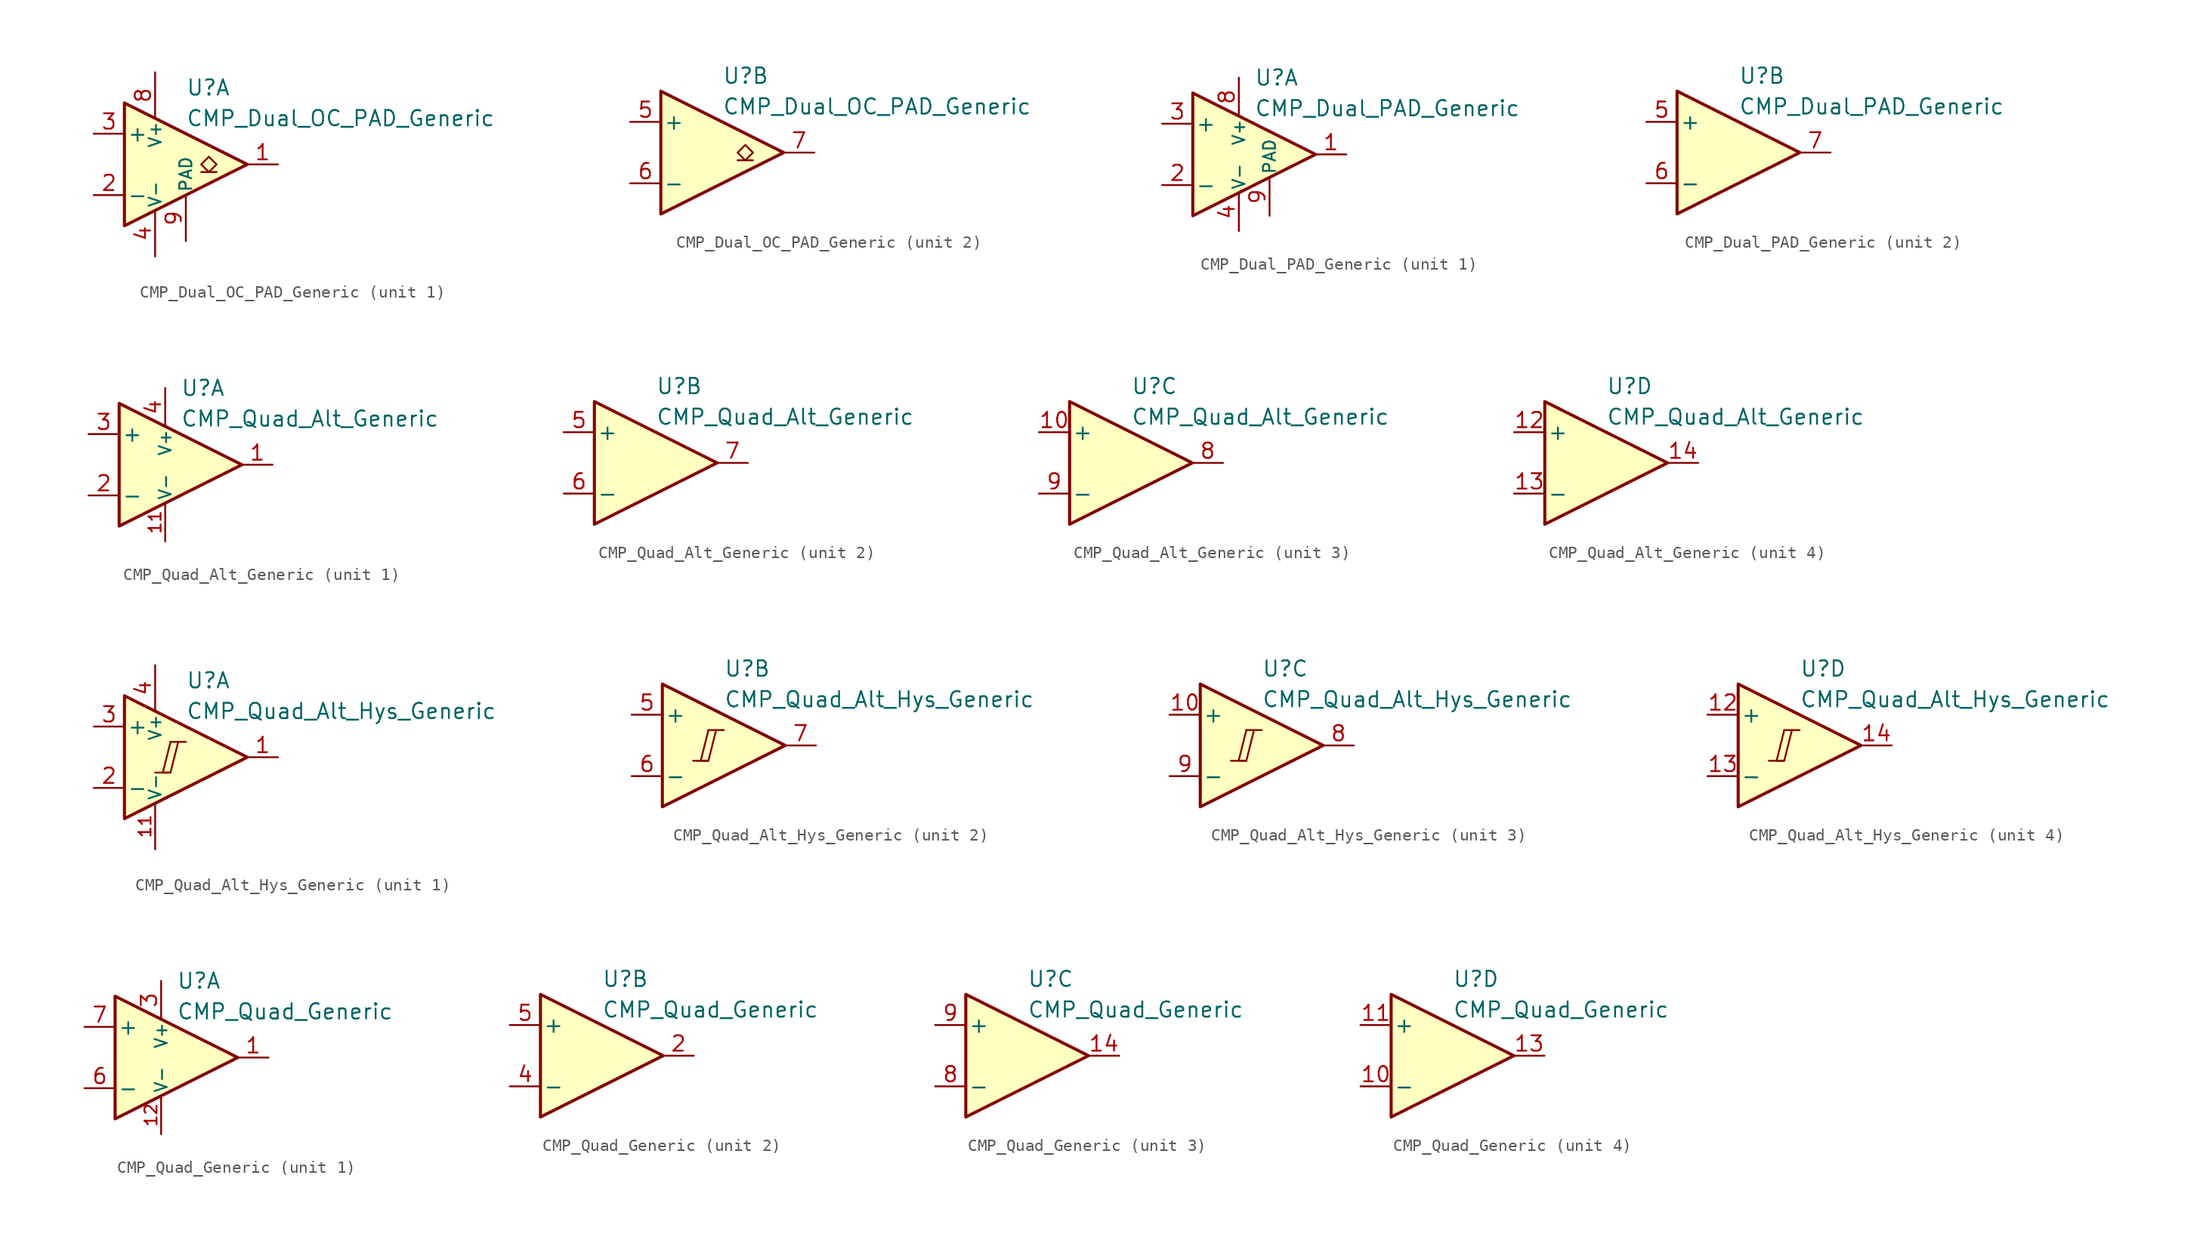
<source format=kicad_sym>
(kicad_symbol_lib
  (version 20231120)
  (generator "kicad_symbol_editor")
  (generator_version "8.0")
  (symbol "CMP_Dual_OC_PAD_Generic"
    (pin_names
      (offset 0.2))
    (property "Reference" "U"
      (at 1.27 6.35 0)
      (effects (font (size 1.27 1.27)) (justify left)))
    (property "Value" "CMP_Dual_OC_PAD_Generic"
      (at 1.27 3.81 0)
      (effects (font (size 1.27 1.27)) (justify left)))
    (property "ki_locked" ""
      (at 0 0 0)
      (effects (font (size 1.27 1.27))))
    (symbol "CMP_Dual_OC_PAD_Generic_0_1"
      (polyline (pts (xy -3.81 5.08) (xy -3.81 -5.08) (xy 6.35 0) (xy -3.81 5.08)) (stroke (width 0.254) (type default)) (fill (type background))))
    (symbol "CMP_Dual_OC_PAD_Generic_1_1"
      (polyline (pts (xy 3.81 -0.635) (xy 2.54 -0.635)) (stroke (width 0.152) (type default)) (fill (type none)))
      (polyline (pts (xy 3.175 -0.635) (xy 2.54 0) (xy 3.175 0.635) (xy 3.81 0) (xy 3.175 -0.635)) (stroke (width 0.152) (type default)) (fill (type none)))
      (pin open_collector line (at 8.89 0 180) (length 2.54) (name "~" (effects (font (size 1.27 1.27)))) (number "1" (effects (font (size 1.27 1.27)))))
      (pin input line (at -6.35 -2.54 0) (length 2.54) (name "-" (effects (font (size 1.27 1.27)))) (number "2" (effects (font (size 1.27 1.27)))))
      (pin input line (at -6.35 2.54 0) (length 2.54) (name "+" (effects (font (size 1.27 1.27)))) (number "3" (effects (font (size 1.27 1.27)))))
      (pin power_in line (at -1.27 -7.62 90) (length 3.81) (name "V-" (effects (font (size 1 1)))) (number "4" (effects (font (size 1.27 1.27)))))
      (pin power_in line (at -1.27 7.62 270) (length 3.81) (name "V+" (effects (font (size 1 1)))) (number "8" (effects (font (size 1.27 1.27)))))
      (pin power_in line (at 1.27 -6.35 90) (length 3.81) (name "PAD" (effects (font (size 1 1)))) (number "9" (effects (font (size 1.27 1.27))))))
    (symbol "CMP_Dual_OC_PAD_Generic_2_1"
      (polyline (pts (xy 3.81 -0.635) (xy 2.54 -0.635)) (stroke (width 0.152) (type default)) (fill (type none)))
      (polyline (pts (xy 3.175 -0.635) (xy 2.54 0) (xy 3.175 0.635) (xy 3.81 0) (xy 3.175 -0.635)) (stroke (width 0.152) (type default)) (fill (type none)))
      (pin input line (at -6.35 2.54 0) (length 2.54) (name "+" (effects (font (size 1.27 1.27)))) (number "5" (effects (font (size 1.27 1.27)))))
      (pin input line (at -6.35 -2.54 0) (length 2.54) (name "-" (effects (font (size 1.27 1.27)))) (number "6" (effects (font (size 1.27 1.27)))))
      (pin open_collector line (at 8.89 0 180) (length 2.54) (name "~" (effects (font (size 1.27 1.27)))) (number "7" (effects (font (size 1.27 1.27)))))))
  (symbol "CMP_Dual_PAD_Generic"
    (pin_names
      (offset 0.2))
    (property "Reference" "U"
      (at 1.27 6.35 0)
      (effects (font (size 1.27 1.27)) (justify left)))
    (property "Value" "CMP_Dual_PAD_Generic"
      (at 1.27 3.81 0)
      (effects (font (size 1.27 1.27)) (justify left)))
    (property "ki_locked" ""
      (at 0 0 0)
      (effects (font (size 1.27 1.27))))
    (symbol "CMP_Dual_PAD_Generic_0_1"
      (polyline (pts (xy -3.81 5.08) (xy -3.81 -5.08) (xy 6.35 0) (xy -3.81 5.08)) (stroke (width 0.254) (type default)) (fill (type background))))
    (symbol "CMP_Dual_PAD_Generic_1_1"
      (pin output line (at 8.89 0 180) (length 2.54) (name "~" (effects (font (size 1.27 1.27)))) (number "1" (effects (font (size 1.27 1.27)))))
      (pin input line (at -6.35 -2.54 0) (length 2.54) (name "-" (effects (font (size 1.27 1.27)))) (number "2" (effects (font (size 1.27 1.27)))))
      (pin input line (at -6.35 2.54 0) (length 2.54) (name "+" (effects (font (size 1.27 1.27)))) (number "3" (effects (font (size 1.27 1.27)))))
      (pin power_in line (at 0 -6.35 90) (length 3.18) (name "V-" (effects (font (size 1 1)))) (number "4" (effects (font (size 1.27 1.27)))))
      (pin power_in line (at 0 6.35 270) (length 3.18) (name "V+" (effects (font (size 1 1)))) (number "8" (effects (font (size 1.27 1.27)))))
      (pin power_in line (at 2.54 -5.08 90) (length 3.18) (name "PAD" (effects (font (size 1 1)))) (number "9" (effects (font (size 1.27 1.27))))))
    (symbol "CMP_Dual_PAD_Generic_2_1"
      (pin input line (at -6.35 2.54 0) (length 2.54) (name "+" (effects (font (size 1.27 1.27)))) (number "5" (effects (font (size 1.27 1.27)))))
      (pin input line (at -6.35 -2.54 0) (length 2.54) (name "-" (effects (font (size 1.27 1.27)))) (number "6" (effects (font (size 1.27 1.27)))))
      (pin output line (at 8.89 0 180) (length 2.54) (name "~" (effects (font (size 1.27 1.27)))) (number "7" (effects (font (size 1.27 1.27)))))))
  (symbol "CMP_Quad_Alt_Generic"
    (pin_names
      (offset 0.2))
    (property "Reference" "U"
      (at 1.27 6.35 0)
      (effects (font (size 1.27 1.27)) (justify left)))
    (property "Value" "CMP_Quad_Alt_Generic"
      (at 1.27 3.81 0)
      (effects (font (size 1.27 1.27)) (justify left)))
    (property "ki_locked" ""
      (at 0 0 0)
      (effects (font (size 1.27 1.27))))
    (symbol "CMP_Quad_Alt_Generic_0_1"
      (polyline (pts (xy -3.81 5.08) (xy -3.81 -5.08) (xy 6.35 0) (xy -3.81 5.08)) (stroke (width 0.254) (type default)) (fill (type background))))
    (symbol "CMP_Quad_Alt_Generic_1_1"
      (pin output line (at 8.89 0 180) (length 2.54) (name "~" (effects (font (size 1.27 1.27)))) (number "1" (effects (font (size 1.27 1.27)))))
      (pin power_in line (at 0 -6.35 90) (length 3.18) (name "V-" (effects (font (size 1 1)))) (number "11" (effects (font (size 1 1)))))
      (pin input line (at -6.35 -2.54 0) (length 2.54) (name "-" (effects (font (size 1.27 1.27)))) (number "2" (effects (font (size 1.27 1.27)))))
      (pin input line (at -6.35 2.54 0) (length 2.54) (name "+" (effects (font (size 1.27 1.27)))) (number "3" (effects (font (size 1.27 1.27)))))
      (pin power_in line (at 0 6.35 270) (length 3.18) (name "V+" (effects (font (size 1 1)))) (number "4" (effects (font (size 1.27 1.27))))))
    (symbol "CMP_Quad_Alt_Generic_2_1"
      (pin input line (at -6.35 2.54 0) (length 2.54) (name "+" (effects (font (size 1.27 1.27)))) (number "5" (effects (font (size 1.27 1.27)))))
      (pin input line (at -6.35 -2.54 0) (length 2.54) (name "-" (effects (font (size 1.27 1.27)))) (number "6" (effects (font (size 1.27 1.27)))))
      (pin output line (at 8.89 0 180) (length 2.54) (name "~" (effects (font (size 1.27 1.27)))) (number "7" (effects (font (size 1.27 1.27))))))
    (symbol "CMP_Quad_Alt_Generic_3_1"
      (pin input line (at -6.35 2.54 0) (length 2.54) (name "+" (effects (font (size 1.27 1.27)))) (number "10" (effects (font (size 1.27 1.27)))))
      (pin output line (at 8.89 0 180) (length 2.54) (name "~" (effects (font (size 1.27 1.27)))) (number "8" (effects (font (size 1.27 1.27)))))
      (pin input line (at -6.35 -2.54 0) (length 2.54) (name "-" (effects (font (size 1.27 1.27)))) (number "9" (effects (font (size 1.27 1.27))))))
    (symbol "CMP_Quad_Alt_Generic_4_1"
      (pin input line (at -6.35 2.54 0) (length 2.54) (name "+" (effects (font (size 1.27 1.27)))) (number "12" (effects (font (size 1.27 1.27)))))
      (pin input line (at -6.35 -2.54 0) (length 2.54) (name "-" (effects (font (size 1.27 1.27)))) (number "13" (effects (font (size 1.27 1.27)))))
      (pin output line (at 8.89 0 180) (length 2.54) (name "~" (effects (font (size 1.27 1.27)))) (number "14" (effects (font (size 1.27 1.27)))))))
  (symbol "CMP_Quad_Alt_Hys_Generic"
    (pin_names
      (offset 0.2))
    (property "Reference" "U"
      (at 1.27 6.35 0)
      (effects (font (size 1.27 1.27)) (justify left)))
    (property "Value" "CMP_Quad_Alt_Hys_Generic"
      (at 1.27 3.81 0)
      (effects (font (size 1.27 1.27)) (justify left)))
    (property "ki_locked" ""
      (at 0 0 0)
      (effects (font (size 1.27 1.27))))
    (symbol "CMP_Quad_Alt_Hys_Generic_0_0"
      (polyline (pts (xy -1.27 -1.27) (xy 0 -1.27)) (stroke (width 0.152) (type default)) (fill (type none)))
      (polyline (pts (xy 0 1.27) (xy 1.27 1.27)) (stroke (width 0.152) (type default)) (fill (type none)))
      (polyline (pts (xy 0 1.27) (xy -0.635 -1.27) (xy 0 -1.27) (xy 0.635 1.27)) (stroke (width 0.152) (type default)) (fill (type none))))
    (symbol "CMP_Quad_Alt_Hys_Generic_0_1"
      (polyline (pts (xy -3.81 5.08) (xy -3.81 -5.08) (xy 6.35 0) (xy -3.81 5.08)) (stroke (width 0.254) (type default)) (fill (type background))))
    (symbol "CMP_Quad_Alt_Hys_Generic_1_1"
      (pin output line (at 8.89 0 180) (length 2.54) (name "~" (effects (font (size 1.27 1.27)))) (number "1" (effects (font (size 1.27 1.27)))))
      (pin power_in line (at -1.27 -7.62 90) (length 3.81) (name "V-" (effects (font (size 1 1)))) (number "11" (effects (font (size 1 1)))))
      (pin input line (at -6.35 -2.54 0) (length 2.54) (name "-" (effects (font (size 1.27 1.27)))) (number "2" (effects (font (size 1.27 1.27)))))
      (pin input line (at -6.35 2.54 0) (length 2.54) (name "+" (effects (font (size 1.27 1.27)))) (number "3" (effects (font (size 1.27 1.27)))))
      (pin power_in line (at -1.27 7.62 270) (length 3.81) (name "V+" (effects (font (size 1 1)))) (number "4" (effects (font (size 1.27 1.27))))))
    (symbol "CMP_Quad_Alt_Hys_Generic_2_1"
      (pin input line (at -6.35 2.54 0) (length 2.54) (name "+" (effects (font (size 1.27 1.27)))) (number "5" (effects (font (size 1.27 1.27)))))
      (pin input line (at -6.35 -2.54 0) (length 2.54) (name "-" (effects (font (size 1.27 1.27)))) (number "6" (effects (font (size 1.27 1.27)))))
      (pin output line (at 8.89 0 180) (length 2.54) (name "~" (effects (font (size 1.27 1.27)))) (number "7" (effects (font (size 1.27 1.27))))))
    (symbol "CMP_Quad_Alt_Hys_Generic_3_1"
      (pin input line (at -6.35 2.54 0) (length 2.54) (name "+" (effects (font (size 1.27 1.27)))) (number "10" (effects (font (size 1.27 1.27)))))
      (pin output line (at 8.89 0 180) (length 2.54) (name "~" (effects (font (size 1.27 1.27)))) (number "8" (effects (font (size 1.27 1.27)))))
      (pin input line (at -6.35 -2.54 0) (length 2.54) (name "-" (effects (font (size 1.27 1.27)))) (number "9" (effects (font (size 1.27 1.27))))))
    (symbol "CMP_Quad_Alt_Hys_Generic_4_1"
      (pin input line (at -6.35 2.54 0) (length 2.54) (name "+" (effects (font (size 1.27 1.27)))) (number "12" (effects (font (size 1.27 1.27)))))
      (pin input line (at -6.35 -2.54 0) (length 2.54) (name "-" (effects (font (size 1.27 1.27)))) (number "13" (effects (font (size 1.27 1.27)))))
      (pin output line (at 8.89 0 180) (length 2.54) (name "~" (effects (font (size 1.27 1.27)))) (number "14" (effects (font (size 1.27 1.27)))))))
  (symbol "CMP_Quad_Generic"
    (pin_names
      (offset 0.2))
    (property "Reference" "U"
      (at 1.27 6.35 0)
      (effects (font (size 1.27 1.27)) (justify left)))
    (property "Value" "CMP_Quad_Generic"
      (at 1.27 3.81 0)
      (effects (font (size 1.27 1.27)) (justify left)))
    (property "ki_locked" ""
      (at 0 0 0)
      (effects (font (size 1.27 1.27))))
    (symbol "CMP_Quad_Generic_0_1"
      (polyline (pts (xy -3.81 5.08) (xy -3.81 -5.08) (xy 6.35 0) (xy -3.81 5.08)) (stroke (width 0.254) (type default)) (fill (type background))))
    (symbol "CMP_Quad_Generic_1_1"
      (pin output line (at 8.89 0 180) (length 2.54) (name "~" (effects (font (size 1.27 1.27)))) (number "1" (effects (font (size 1.27 1.27)))))
      (pin power_in line (at 0 -6.35 90) (length 3.18) (name "V-" (effects (font (size 1 1)))) (number "12" (effects (font (size 1 1)))))
      (pin power_in line (at 0 6.35 270) (length 3.18) (name "V+" (effects (font (size 1 1)))) (number "3" (effects (font (size 1.27 1.27)))))
      (pin input line (at -6.35 -2.54 0) (length 2.54) (name "-" (effects (font (size 1.27 1.27)))) (number "6" (effects (font (size 1.27 1.27)))))
      (pin input line (at -6.35 2.54 0) (length 2.54) (name "+" (effects (font (size 1.27 1.27)))) (number "7" (effects (font (size 1.27 1.27))))))
    (symbol "CMP_Quad_Generic_2_1"
      (pin output line (at 8.89 0 180) (length 2.54) (name "~" (effects (font (size 1.27 1.27)))) (number "2" (effects (font (size 1.27 1.27)))))
      (pin input line (at -6.35 -2.54 0) (length 2.54) (name "-" (effects (font (size 1.27 1.27)))) (number "4" (effects (font (size 1.27 1.27)))))
      (pin input line (at -6.35 2.54 0) (length 2.54) (name "+" (effects (font (size 1.27 1.27)))) (number "5" (effects (font (size 1.27 1.27))))))
    (symbol "CMP_Quad_Generic_3_1"
      (pin output line (at 8.89 0 180) (length 2.54) (name "~" (effects (font (size 1.27 1.27)))) (number "14" (effects (font (size 1.27 1.27)))))
      (pin input line (at -6.35 -2.54 0) (length 2.54) (name "-" (effects (font (size 1.27 1.27)))) (number "8" (effects (font (size 1.27 1.27)))))
      (pin input line (at -6.35 2.54 0) (length 2.54) (name "+" (effects (font (size 1.27 1.27)))) (number "9" (effects (font (size 1.27 1.27))))))
    (symbol "CMP_Quad_Generic_4_1"
      (pin input line (at -6.35 -2.54 0) (length 2.54) (name "-" (effects (font (size 1.27 1.27)))) (number "10" (effects (font (size 1.27 1.27)))))
      (pin input line (at -6.35 2.54 0) (length 2.54) (name "+" (effects (font (size 1.27 1.27)))) (number "11" (effects (font (size 1.27 1.27)))))
      (pin output line (at 8.89 0 180) (length 2.54) (name "~" (effects (font (size 1.27 1.27)))) (number "13" (effects (font (size 1.27 1.27))))))))
</source>
